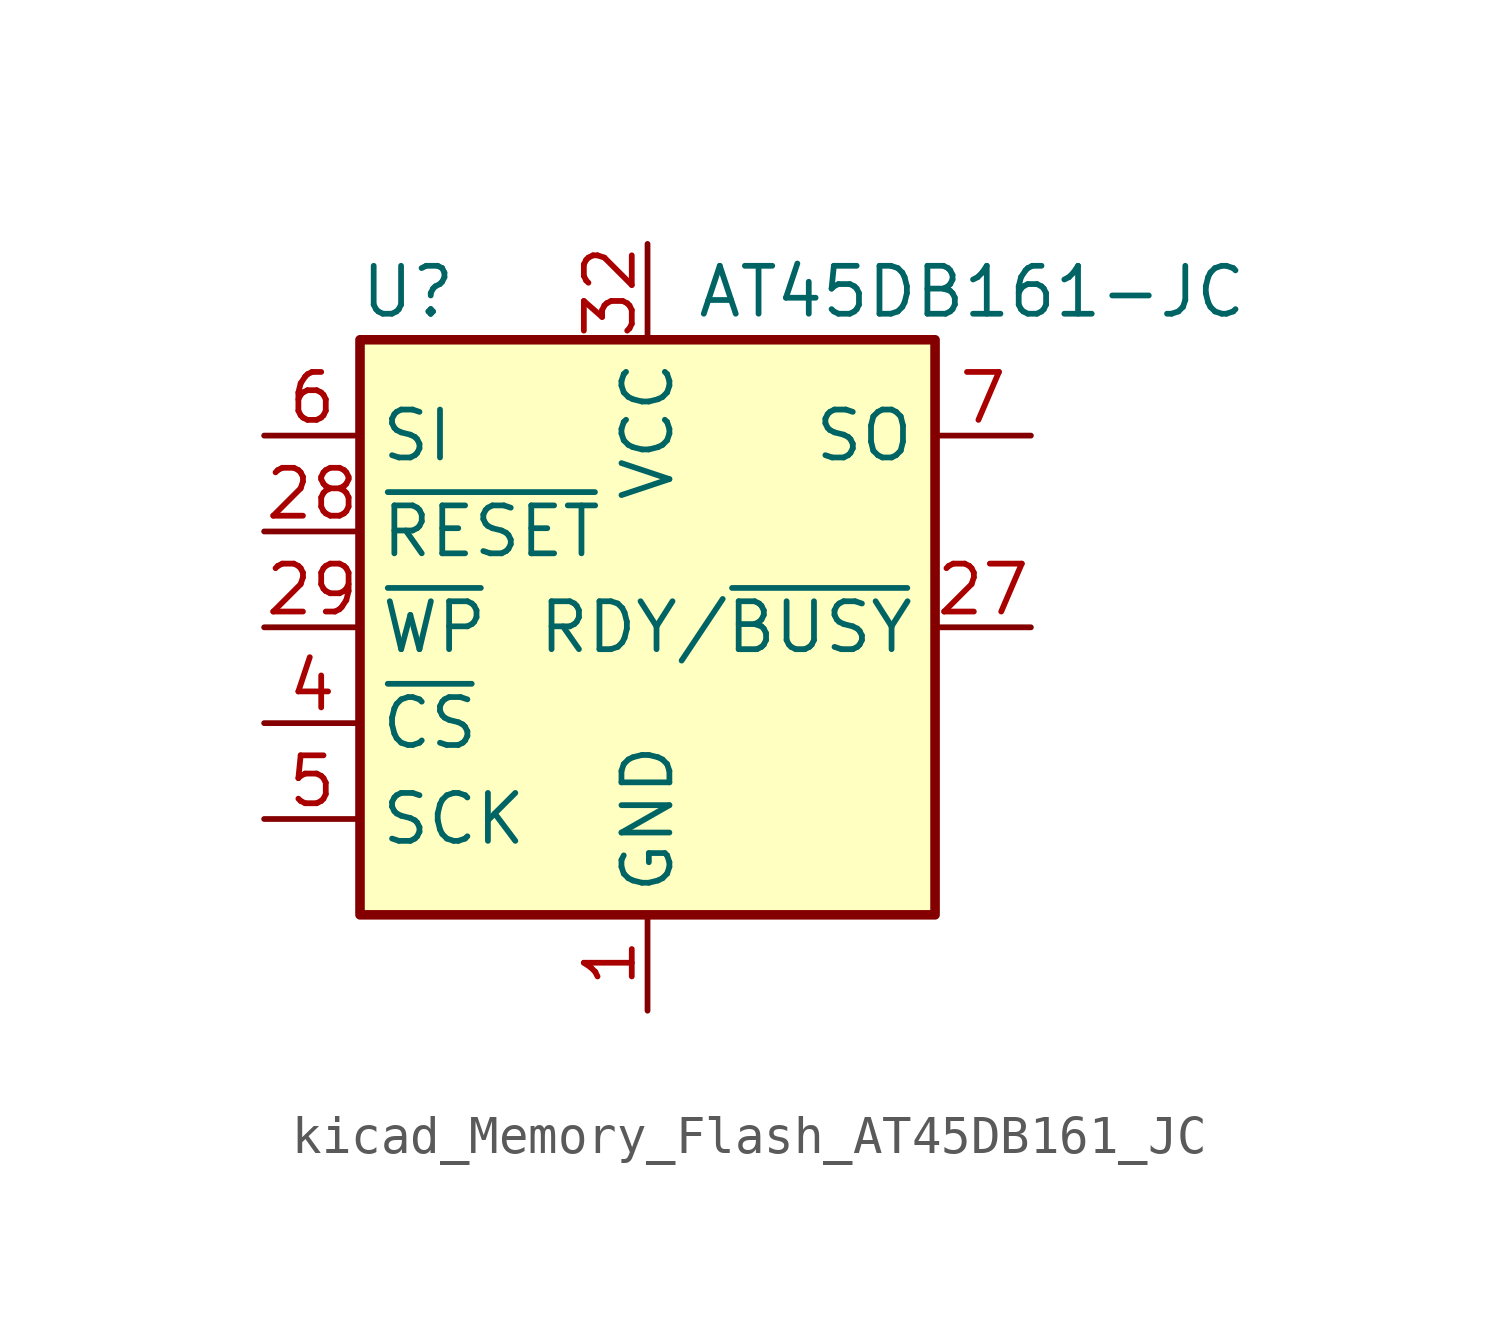
<source format=kicad_sym>
(kicad_symbol_lib
  (version 20220914)
  (generator kicad_symbol_editor)
  (symbol "kicad_Memory_Flash_AT45DB161_JC"
    (property "Reference" "U"
      (at -6.35 8.89 0)
      (effects (font (size 1.27 1.27))))
    (property "Value" "AT45DB161-JC"
      (at 1.27 8.89 0)
      (effects (font (size 1.27 1.27)) (justify left)))
    (symbol "kicad_Memory_Flash_AT45DB161_JC_0_1"
      (rectangle (start -7.62 7.62) (end 7.62 -7.62) (stroke (width 0.254) (type default)) (fill (type background))))
    (symbol "kicad_Memory_Flash_AT45DB161_JC_1_1"
      (pin power_in line (at 0 -10.16 90) (length 2.54) (name "GND" (effects (font (size 1.27 1.27)))) (number "1" (effects (font (size 1.27 1.27)))))
      (pin output line (at 10.16 0 180) (length 2.54) (name "RDY/~{BUSY}" (effects (font (size 1.27 1.27)))) (number "27" (effects (font (size 1.27 1.27)))))
      (pin input line (at -10.16 2.54 0) (length 2.54) (name "~{RESET}" (effects (font (size 1.27 1.27)))) (number "28" (effects (font (size 1.27 1.27)))))
      (pin input line (at -10.16 0 0) (length 2.54) (name "~{WP}" (effects (font (size 1.27 1.27)))) (number "29" (effects (font (size 1.27 1.27)))))
      (pin power_in line (at 0 10.16 270) (length 2.54) (name "VCC" (effects (font (size 1.27 1.27)))) (number "32" (effects (font (size 1.27 1.27)))))
      (pin input line (at -10.16 -2.54 0) (length 2.54) (name "~{CS}" (effects (font (size 1.27 1.27)))) (number "4" (effects (font (size 1.27 1.27)))))
      (pin input line (at -10.16 -5.08 0) (length 2.54) (name "SCK" (effects (font (size 1.27 1.27)))) (number "5" (effects (font (size 1.27 1.27)))))
      (pin input line (at -10.16 5.08 0) (length 2.54) (name "SI" (effects (font (size 1.27 1.27)))) (number "6" (effects (font (size 1.27 1.27)))))
      (pin output line (at 10.16 5.08 180) (length 2.54) (name "SO" (effects (font (size 1.27 1.27)))) (number "7" (effects (font (size 1.27 1.27))))))))
</source>
